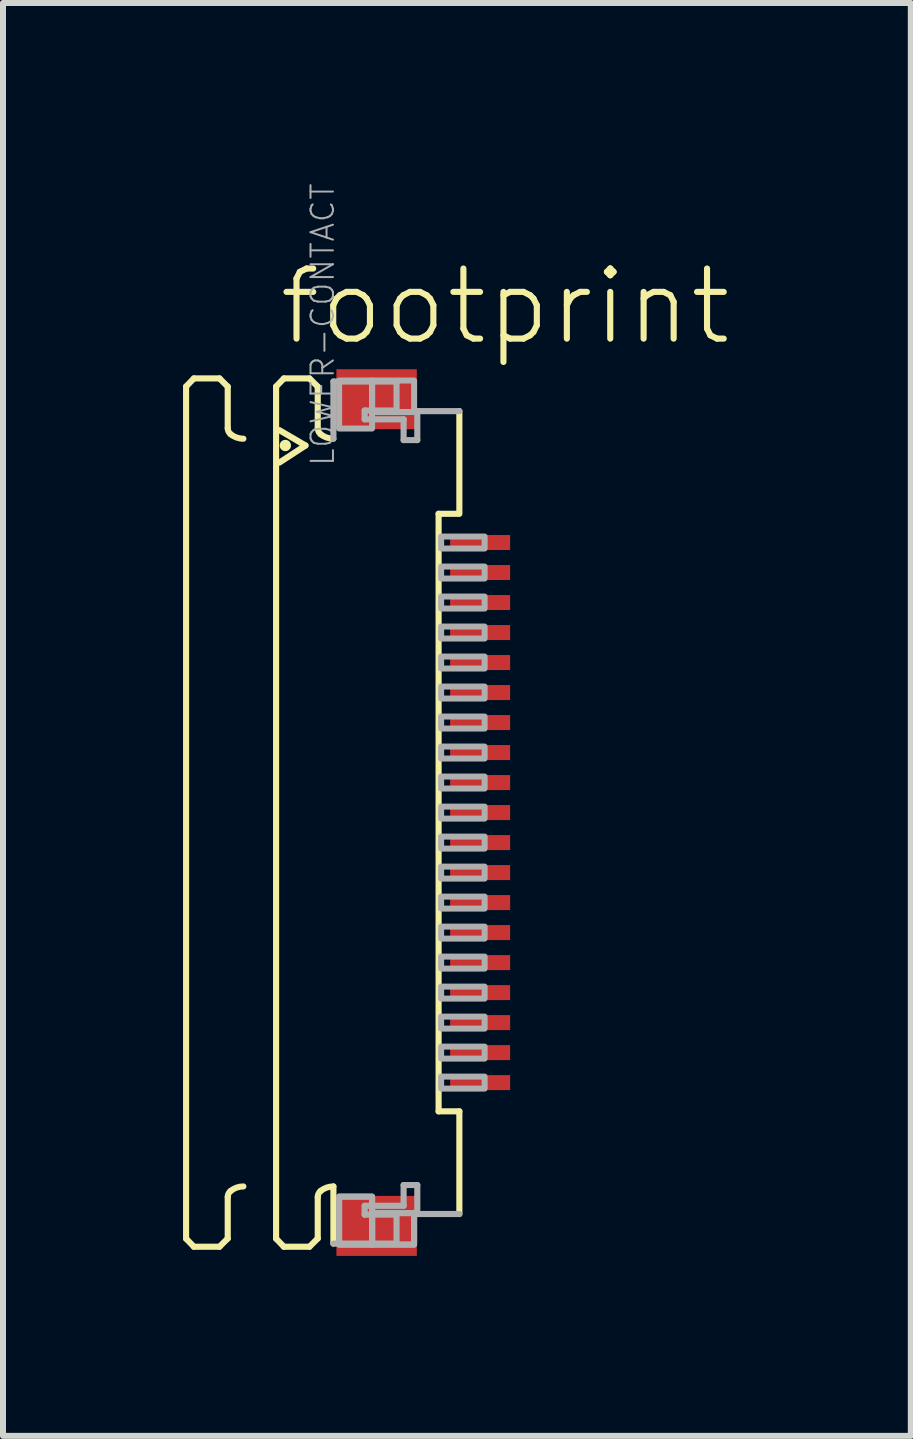
<source format=kicad_pcb>
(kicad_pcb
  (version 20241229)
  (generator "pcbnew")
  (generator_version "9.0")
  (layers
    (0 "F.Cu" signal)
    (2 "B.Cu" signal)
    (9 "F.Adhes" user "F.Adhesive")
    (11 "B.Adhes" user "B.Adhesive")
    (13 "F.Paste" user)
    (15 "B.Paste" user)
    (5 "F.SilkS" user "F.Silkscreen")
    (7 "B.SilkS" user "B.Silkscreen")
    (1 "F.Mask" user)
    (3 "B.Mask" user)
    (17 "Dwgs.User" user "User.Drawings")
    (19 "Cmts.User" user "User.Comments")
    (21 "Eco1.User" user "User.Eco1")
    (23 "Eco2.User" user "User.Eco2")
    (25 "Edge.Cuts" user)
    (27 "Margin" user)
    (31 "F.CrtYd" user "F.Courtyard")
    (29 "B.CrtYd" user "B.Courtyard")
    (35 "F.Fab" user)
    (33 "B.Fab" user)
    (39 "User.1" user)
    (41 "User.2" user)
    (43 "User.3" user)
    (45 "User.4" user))
  (footprint "footprint"
    (layer "F.Cu")
    (at 3.046 10.491)
    (property "Reference" "footprint" (at -1.5 -7.75 0) (layer "F.SilkS") (effects (font (size 1.168 1.168) (thickness 0.102)) (justify left bottom)))
    (fp_poly (pts (xy 1.355 -4.325) (xy 2.455 -4.325) (xy 2.455 -4.675) (xy 1.355 -4.675)) (stroke (width 0) (type solid)) (fill yes) (layer "F.Mask"))
    (fp_poly (pts (xy 1.355 -3.825) (xy 2.455 -3.825) (xy 2.455 -4.175) (xy 1.355 -4.175)) (stroke (width 0) (type solid)) (fill yes) (layer "F.Mask"))
    (fp_poly (pts (xy 1.355 -3.325) (xy 2.455 -3.325) (xy 2.455 -3.675) (xy 1.355 -3.675)) (stroke (width 0) (type solid)) (fill yes) (layer "F.Mask"))
    (fp_poly (pts (xy 1.355 -2.825) (xy 2.455 -2.825) (xy 2.455 -3.175) (xy 1.355 -3.175)) (stroke (width 0) (type solid)) (fill yes) (layer "F.Mask"))
    (fp_poly (pts (xy 1.355 -2.325) (xy 2.455 -2.325) (xy 2.455 -2.675) (xy 1.355 -2.675)) (stroke (width 0) (type solid)) (fill yes) (layer "F.Mask"))
    (fp_poly (pts (xy 1.355 -1.825) (xy 2.455 -1.825) (xy 2.455 -2.175) (xy 1.355 -2.175)) (stroke (width 0) (type solid)) (fill yes) (layer "F.Mask"))
    (fp_poly (pts (xy 1.355 -1.325) (xy 2.455 -1.325) (xy 2.455 -1.675) (xy 1.355 -1.675)) (stroke (width 0) (type solid)) (fill yes) (layer "F.Mask"))
    (fp_poly (pts (xy 1.355 -0.825) (xy 2.455 -0.825) (xy 2.455 -1.175) (xy 1.355 -1.175)) (stroke (width 0) (type solid)) (fill yes) (layer "F.Mask"))
    (fp_poly (pts (xy 1.355 -0.325) (xy 2.455 -0.325) (xy 2.455 -0.675) (xy 1.355 -0.675)) (stroke (width 0) (type solid)) (fill yes) (layer "F.Mask"))
    (fp_poly (pts (xy 1.355 0.175) (xy 2.455 0.175) (xy 2.455 -0.175) (xy 1.355 -0.175)) (stroke (width 0) (type solid)) (fill yes) (layer "F.Mask"))
    (fp_poly (pts (xy 1.355 0.675) (xy 2.455 0.675) (xy 2.455 0.325) (xy 1.355 0.325)) (stroke (width 0) (type solid)) (fill yes) (layer "F.Mask"))
    (fp_poly (pts (xy 1.355 1.175) (xy 2.455 1.175) (xy 2.455 0.825) (xy 1.355 0.825)) (stroke (width 0) (type solid)) (fill yes) (layer "F.Mask"))
    (fp_poly (pts (xy 1.355 1.675) (xy 2.455 1.675) (xy 2.455 1.325) (xy 1.355 1.325)) (stroke (width 0) (type solid)) (fill yes) (layer "F.Mask"))
    (fp_poly (pts (xy 1.355 2.175) (xy 2.455 2.175) (xy 2.455 1.825) (xy 1.355 1.825)) (stroke (width 0) (type solid)) (fill yes) (layer "F.Mask"))
    (fp_poly (pts (xy 1.355 2.675) (xy 2.455 2.675) (xy 2.455 2.325) (xy 1.355 2.325)) (stroke (width 0) (type solid)) (fill yes) (layer "F.Mask"))
    (fp_poly (pts (xy 1.355 3.175) (xy 2.455 3.175) (xy 2.455 2.825) (xy 1.355 2.825)) (stroke (width 0) (type solid)) (fill yes) (layer "F.Mask"))
    (fp_poly (pts (xy 1.355 3.675) (xy 2.455 3.675) (xy 2.455 3.325) (xy 1.355 3.325)) (stroke (width 0) (type solid)) (fill yes) (layer "F.Mask"))
    (fp_poly (pts (xy 1.355 4.175) (xy 2.455 4.175) (xy 2.455 3.825) (xy 1.355 3.825)) (stroke (width 0) (type solid)) (fill yes) (layer "F.Mask"))
    (fp_poly (pts (xy 1.355 4.675) (xy 2.455 4.675) (xy 2.455 4.325) (xy 1.355 4.325)) (stroke (width 0) (type solid)) (fill yes) (layer "F.Mask"))
    (fp_line (start -2.995 -7.1) (end -2.865 -7.235) (stroke (width 0.102) (type solid)) (layer "F.SilkS"))
    (fp_line (start -2.995 7.1) (end -2.995 -7.1) (stroke (width 0.102) (type solid)) (layer "F.SilkS"))
    (fp_line (start -2.995 7.1) (end -2.865 7.235) (stroke (width 0.102) (type solid)) (layer "F.SilkS"))
    (fp_line (start -2.865 -7.235) (end -2.438 -7.235) (stroke (width 0.102) (type solid)) (layer "F.SilkS"))
    (fp_line (start -2.865 7.235) (end -2.438 7.235) (stroke (width 0.102) (type solid)) (layer "F.SilkS"))
    (fp_line (start -2.438 -7.235) (end -2.301 -7.098) (stroke (width 0.102) (type solid)) (layer "F.SilkS"))
    (fp_line (start -2.438 7.235) (end -2.301 7.098) (stroke (width 0.102) (type solid)) (layer "F.SilkS"))
    (fp_line (start -2.301 -7.098) (end -2.301 -6.406) (stroke (width 0.102) (type solid)) (layer "F.SilkS"))
    (fp_line (start -2.301 7.098) (end -2.301 6.406) (stroke (width 0.102) (type solid)) (layer "F.SilkS"))
    (fp_line (start -1.495 -7.1) (end -1.365 -7.235) (stroke (width 0.102) (type solid)) (layer "F.SilkS"))
    (fp_line (start -1.495 7.1) (end -1.495 -7.1) (stroke (width 0.102) (type solid)) (layer "F.SilkS"))
    (fp_line (start -1.495 7.1) (end -1.365 7.235) (stroke (width 0.102) (type solid)) (layer "F.SilkS"))
    (fp_line (start -1.441 -6.373) (end -1.005 -6.117) (stroke (width 0.102) (type solid)) (layer "F.SilkS"))
    (fp_line (start -1.365 -7.235) (end -0.939 -7.235) (stroke (width 0.102) (type solid)) (layer "F.SilkS"))
    (fp_line (start -1.365 7.235) (end -0.939 7.235) (stroke (width 0.102) (type solid)) (layer "F.SilkS"))
    (fp_line (start -1.005 -6.117) (end -1.441 -5.832) (stroke (width 0.102) (type solid)) (layer "F.SilkS"))
    (fp_line (start -0.939 -7.235) (end -0.801 -7.098) (stroke (width 0.102) (type solid)) (layer "F.SilkS"))
    (fp_line (start -0.939 7.235) (end -0.801 7.098) (stroke (width 0.102) (type solid)) (layer "F.SilkS"))
    (fp_line (start -0.801 -7.098) (end -0.801 -6.406) (stroke (width 0.102) (type solid)) (layer "F.SilkS"))
    (fp_line (start -0.801 7.098) (end -0.801 6.406) (stroke (width 0.102) (type solid)) (layer "F.SilkS"))
    (fp_line (start -0.54 6.23) (end -0.54 7.183) (stroke (width 0.102) (type solid)) (layer "F.SilkS"))
    (fp_line (start 1.213 4.979) (end 1.213 -4.979) (stroke (width 0.102) (type solid)) (layer "F.SilkS"))
    (fp_line (start 1.538 -4.979) (end 1.213 -4.979) (stroke (width 0.102) (type solid)) (layer "F.SilkS"))
    (fp_line (start 1.559 -6.69) (end 1.559 -4.979) (stroke (width 0.102) (type solid)) (layer "F.SilkS"))
    (fp_line (start 1.559 4.979) (end 1.213 4.979) (stroke (width 0.102) (type solid)) (layer "F.SilkS"))
    (fp_line (start 1.559 6.69) (end 1.559 4.979) (stroke (width 0.102) (type solid)) (layer "F.SilkS"))
    (fp_arc (start -2.301 6.4057) (mid -2.288538 6.350596) (end -2.2536 6.306199) (stroke (width 0.1016) (type solid)) (layer "F.SilkS"))
    (fp_arc (start -2.2536 -6.306199) (mid -2.288538 -6.350596) (end -2.301 -6.4057) (stroke (width 0.1016) (type solid)) (layer "F.SilkS"))
    (fp_arc (start -2.2536 6.3062) (mid -2.153476 6.249935) (end -2.0403 6.230399) (stroke (width 0.1016) (type solid)) (layer "F.SilkS"))
    (fp_arc (start -2.0403 -6.230399) (mid -2.153476 -6.249935) (end -2.2536 -6.3062) (stroke (width 0.1016) (type solid)) (layer "F.SilkS"))
    (fp_arc (start -0.801 6.4057) (mid -0.788538 6.350596) (end -0.7536 6.306199) (stroke (width 0.1016) (type solid)) (layer "F.SilkS"))
    (fp_arc (start -0.7536 -6.306199) (mid -0.788538 -6.350596) (end -0.801 -6.4057) (stroke (width 0.1016) (type solid)) (layer "F.SilkS"))
    (fp_arc (start -0.7536 6.3062) (mid -0.653476 6.249935) (end -0.5403 6.230399) (stroke (width 0.1016) (type solid)) (layer "F.SilkS"))
    (fp_arc (start -0.5403 -6.230399) (mid -0.653476 -6.249935) (end -0.7536 -6.3062) (stroke (width 0.1016) (type solid)) (layer "F.SilkS"))
    (fp_circle (center -1.341 -6.117) (end -1.294 -6.117) (stroke (width 0.095) (type solid)) (fill yes) (layer "F.SilkS"))
    (fp_line (start -0.54 -7.183) (end 0.512 -7.183) (stroke (width 0.102) (type solid)) (layer "F.Fab"))
    (fp_line (start -0.54 -6.23) (end -0.54 -7.183) (stroke (width 0.102) (type solid)) (layer "F.Fab"))
    (fp_line (start -0.54 7.183) (end 0.512 7.183) (stroke (width 0.102) (type solid)) (layer "F.Fab"))
    (fp_line (start -0.019 -6.7) (end -0.019 -6.553) (stroke (width 0.102) (type solid)) (layer "F.Fab"))
    (fp_line (start -0.019 -6.553) (end 0.63 -6.553) (stroke (width 0.102) (type solid)) (layer "F.Fab"))
    (fp_line (start -0.019 6.553) (end 0.63 6.553) (stroke (width 0.102) (type solid)) (layer "F.Fab"))
    (fp_line (start -0.019 6.7) (end -0.019 6.553) (stroke (width 0.102) (type solid)) (layer "F.Fab"))
    (fp_line (start 0.512 -7.183) (end 0.512 -6.7) (stroke (width 0.102) (type solid)) (layer "F.Fab"))
    (fp_line (start 0.512 -6.7) (end -0.019 -6.7) (stroke (width 0.102) (type solid)) (layer "F.Fab"))
    (fp_line (start 0.512 6.7) (end -0.019 6.7) (stroke (width 0.102) (type solid)) (layer "F.Fab"))
    (fp_line (start 0.512 7.183) (end 0.512 6.7) (stroke (width 0.102) (type solid)) (layer "F.Fab"))
    (fp_line (start 0.63 -6.553) (end 0.63 -6.207) (stroke (width 0.102) (type solid)) (layer "F.Fab"))
    (fp_line (start 0.63 -6.207) (end 0.858 -6.207) (stroke (width 0.102) (type solid)) (layer "F.Fab"))
    (fp_line (start 0.63 6.207) (end 0.858 6.207) (stroke (width 0.102) (type solid)) (layer "F.Fab"))
    (fp_line (start 0.63 6.553) (end 0.63 6.207) (stroke (width 0.102) (type solid)) (layer "F.Fab"))
    (fp_line (start 0.858 -6.69) (end 1.559 -6.69) (stroke (width 0.102) (type solid)) (layer "F.Fab"))
    (fp_line (start 0.858 -6.207) (end 0.858 -6.69) (stroke (width 0.102) (type solid)) (layer "F.Fab"))
    (fp_line (start 0.858 6.207) (end 0.858 6.69) (stroke (width 0.102) (type solid)) (layer "F.Fab"))
    (fp_line (start 0.858 6.69) (end 1.559 6.69) (stroke (width 0.102) (type solid)) (layer "F.Fab"))
    (fp_poly (pts (xy -0.445 -6.4) (xy 0.105 -6.4) (xy 0.105 -7.2) (xy -0.445 -7.2)) (stroke (width 0.1) (type solid)) (fill no) (layer "F.Fab"))
    (fp_poly (pts (xy -0.445 7.2) (xy 0.105 7.2) (xy 0.105 6.4) (xy -0.445 6.4)) (stroke (width 0.1) (type solid)) (fill no) (layer "F.Fab"))
    (fp_poly (pts (xy -0.445 7.2) (xy 0.105 7.2) (xy 0.105 6.4) (xy -0.445 6.4)) (stroke (width 0.1) (type solid)) (fill no) (layer "F.Fab"))
    (fp_poly (pts (xy 0.105 -6.675) (xy 0.805 -6.675) (xy 0.805 -7.2) (xy 0.105 -7.2)) (stroke (width 0.1) (type solid)) (fill no) (layer "F.Fab"))
    (fp_poly (pts (xy 0.105 7.2) (xy 0.805 7.2) (xy 0.805 6.675) (xy 0.105 6.675)) (stroke (width 0.1) (type solid)) (fill no) (layer "F.Fab"))
    (fp_poly (pts (xy 0.105 7.2) (xy 0.805 7.2) (xy 0.805 6.675) (xy 0.105 6.675)) (stroke (width 0.1) (type solid)) (fill no) (layer "F.Fab"))
    (fp_poly (pts (xy 1.255 -4.4) (xy 1.98 -4.4) (xy 1.98 -4.6) (xy 1.255 -4.6)) (stroke (width 0.1) (type solid)) (fill no) (layer "F.Fab"))
    (fp_poly (pts (xy 1.255 -3.9) (xy 1.98 -3.9) (xy 1.98 -4.1) (xy 1.255 -4.1)) (stroke (width 0.1) (type solid)) (fill no) (layer "F.Fab"))
    (fp_poly (pts (xy 1.255 -3.4) (xy 1.98 -3.4) (xy 1.98 -3.6) (xy 1.255 -3.6)) (stroke (width 0.1) (type solid)) (fill no) (layer "F.Fab"))
    (fp_poly (pts (xy 1.255 -2.9) (xy 1.98 -2.9) (xy 1.98 -3.1) (xy 1.255 -3.1)) (stroke (width 0.1) (type solid)) (fill no) (layer "F.Fab"))
    (fp_poly (pts (xy 1.255 -2.4) (xy 1.98 -2.4) (xy 1.98 -2.6) (xy 1.255 -2.6)) (stroke (width 0.1) (type solid)) (fill no) (layer "F.Fab"))
    (fp_poly (pts (xy 1.255 -1.9) (xy 1.98 -1.9) (xy 1.98 -2.1) (xy 1.255 -2.1)) (stroke (width 0.1) (type solid)) (fill no) (layer "F.Fab"))
    (fp_poly (pts (xy 1.255 -1.4) (xy 1.98 -1.4) (xy 1.98 -1.6) (xy 1.255 -1.6)) (stroke (width 0.1) (type solid)) (fill no) (layer "F.Fab"))
    (fp_poly (pts (xy 1.255 -0.9) (xy 1.98 -0.9) (xy 1.98 -1.1) (xy 1.255 -1.1)) (stroke (width 0.1) (type solid)) (fill no) (layer "F.Fab"))
    (fp_poly (pts (xy 1.255 -0.4) (xy 1.98 -0.4) (xy 1.98 -0.6) (xy 1.255 -0.6)) (stroke (width 0.1) (type solid)) (fill no) (layer "F.Fab"))
    (fp_poly (pts (xy 1.255 0.1) (xy 1.98 0.1) (xy 1.98 -0.1) (xy 1.255 -0.1)) (stroke (width 0.1) (type solid)) (fill no) (layer "F.Fab"))
    (fp_poly (pts (xy 1.255 0.6) (xy 1.98 0.6) (xy 1.98 0.4) (xy 1.255 0.4)) (stroke (width 0.1) (type solid)) (fill no) (layer "F.Fab"))
    (fp_poly (pts (xy 1.255 1.1) (xy 1.98 1.1) (xy 1.98 0.9) (xy 1.255 0.9)) (stroke (width 0.1) (type solid)) (fill no) (layer "F.Fab"))
    (fp_poly (pts (xy 1.255 1.6) (xy 1.98 1.6) (xy 1.98 1.4) (xy 1.255 1.4)) (stroke (width 0.1) (type solid)) (fill no) (layer "F.Fab"))
    (fp_poly (pts (xy 1.255 2.1) (xy 1.98 2.1) (xy 1.98 1.9) (xy 1.255 1.9)) (stroke (width 0.1) (type solid)) (fill no) (layer "F.Fab"))
    (fp_poly (pts (xy 1.255 2.6) (xy 1.98 2.6) (xy 1.98 2.4) (xy 1.255 2.4)) (stroke (width 0.1) (type solid)) (fill no) (layer "F.Fab"))
    (fp_poly (pts (xy 1.255 3.1) (xy 1.98 3.1) (xy 1.98 2.9) (xy 1.255 2.9)) (stroke (width 0.1) (type solid)) (fill no) (layer "F.Fab"))
    (fp_poly (pts (xy 1.255 3.6) (xy 1.98 3.6) (xy 1.98 3.4) (xy 1.255 3.4)) (stroke (width 0.1) (type solid)) (fill no) (layer "F.Fab"))
    (fp_poly (pts (xy 1.255 4.1) (xy 1.98 4.1) (xy 1.98 3.9) (xy 1.255 3.9)) (stroke (width 0.1) (type solid)) (fill no) (layer "F.Fab"))
    (fp_poly (pts (xy 1.255 4.6) (xy 1.98 4.6) (xy 1.98 4.4) (xy 1.255 4.4)) (stroke (width 0.1) (type solid)) (fill no) (layer "F.Fab"))
    (fp_text user "LOWER-CONTACT" (at -0.5 -5.75 270) (layer "F.Fab") (effects (font (size 0.374 0.374) (thickness 0.033)) (justify left bottom)))
    (pad "1" smd rect (at 1.905 -4.5) (size 1 0.25) (layers "F.Cu" "F.Paste"))
    (pad "2" smd rect (at 1.905 -4) (size 1 0.25) (layers "F.Cu" "F.Paste"))
    (pad "3" smd rect (at 1.905 -3.5) (size 1 0.25) (layers "F.Cu" "F.Paste"))
    (pad "4" smd rect (at 1.905 -3) (size 1 0.25) (layers "F.Cu" "F.Paste"))
    (pad "5" smd rect (at 1.905 -2.5) (size 1 0.25) (layers "F.Cu" "F.Paste"))
    (pad "6" smd rect (at 1.905 -2) (size 1 0.25) (layers "F.Cu" "F.Paste"))
    (pad "7" smd rect (at 1.905 -1.5) (size 1 0.25) (layers "F.Cu" "F.Paste"))
    (pad "8" smd rect (at 1.905 -1) (size 1 0.25) (layers "F.Cu" "F.Paste"))
    (pad "9" smd rect (at 1.905 -0.5) (size 1 0.25) (layers "F.Cu" "F.Paste"))
    (pad "10" smd rect (at 1.905 0) (size 1 0.25) (layers "F.Cu" "F.Paste"))
    (pad "11" smd rect (at 1.905 0.5) (size 1 0.25) (layers "F.Cu" "F.Paste"))
    (pad "12" smd rect (at 1.905 1) (size 1 0.25) (layers "F.Cu" "F.Paste"))
    (pad "13" smd rect (at 1.905 1.5) (size 1 0.25) (layers "F.Cu" "F.Paste"))
    (pad "14" smd rect (at 1.905 2) (size 1 0.25) (layers "F.Cu" "F.Paste"))
    (pad "15" smd rect (at 1.905 2.5) (size 1 0.25) (layers "F.Cu" "F.Paste"))
    (pad "16" smd rect (at 1.905 3) (size 1 0.25) (layers "F.Cu" "F.Paste"))
    (pad "17" smd rect (at 1.905 3.5) (size 1 0.25) (layers "F.Cu" "F.Paste"))
    (pad "18" smd rect (at 1.905 4) (size 1 0.25) (layers "F.Cu" "F.Paste"))
    (pad "19" smd rect (at 1.905 4.5) (size 1 0.25) (layers "F.Cu" "F.Paste"))
    (pad "M1" smd rect (at 0.18 -6.888) (size 1.34 1) (layers "F.Cu" "F.Mask" "F.Paste"))
    (pad "M2" smd rect (at 0.18 6.888) (size 1.34 1) (layers "F.Cu" "F.Mask" "F.Paste")))
  (gr_rect
    (start -3 -3)
    (end 12.128 20.878)
    (stroke (width 0.1) (type default))
    (fill no)
    (layer "Edge.Cuts")))
</source>
